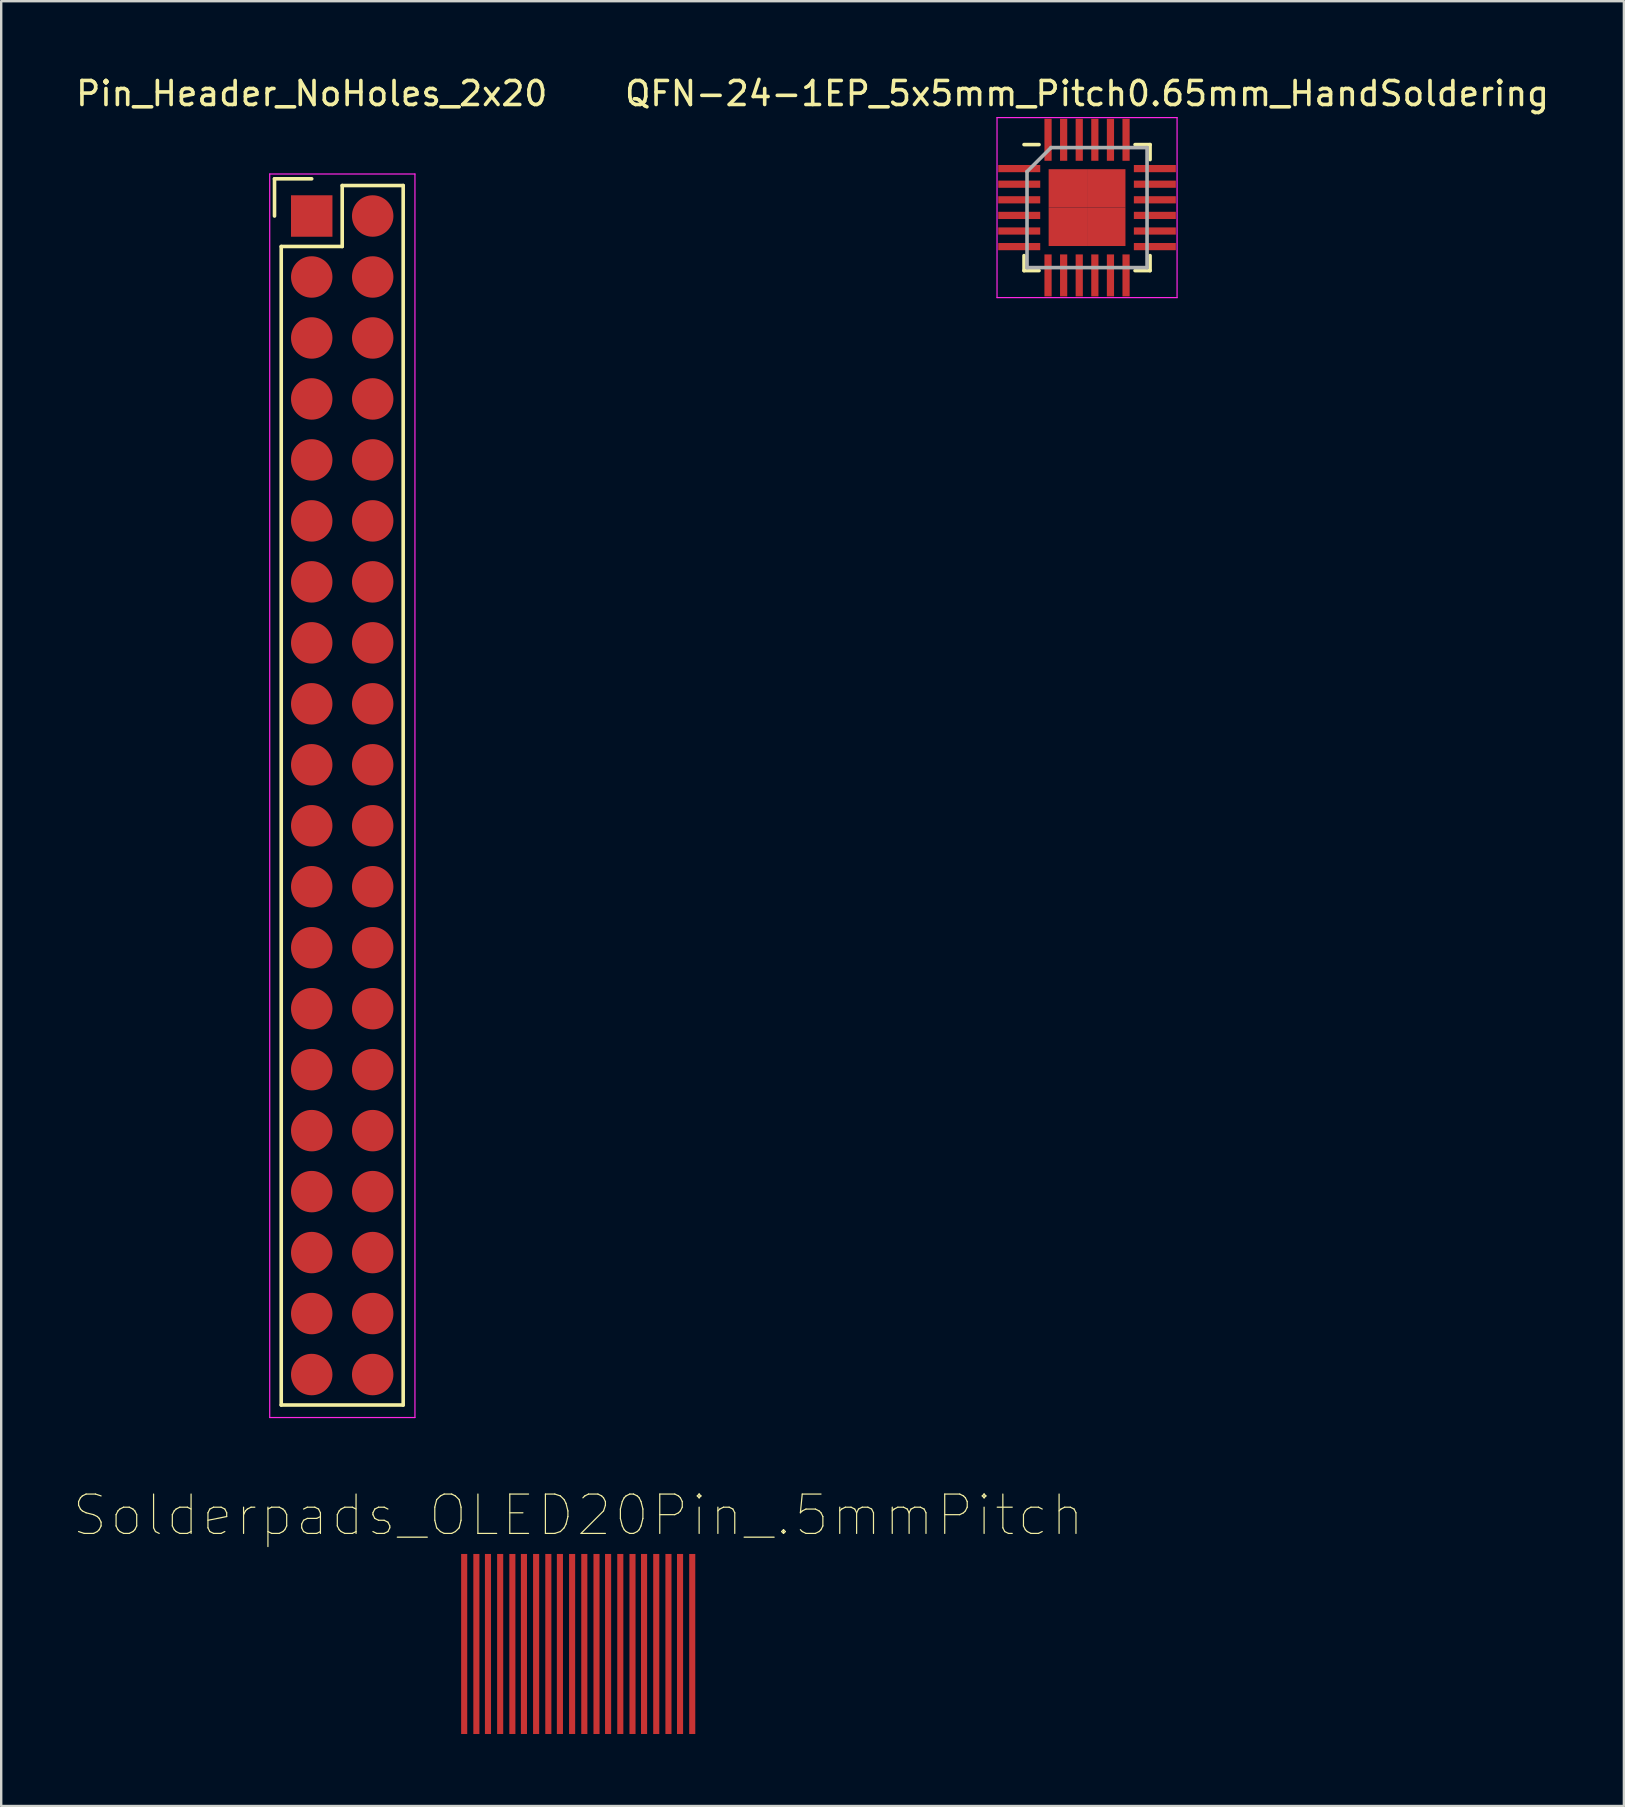
<source format=kicad_pcb>
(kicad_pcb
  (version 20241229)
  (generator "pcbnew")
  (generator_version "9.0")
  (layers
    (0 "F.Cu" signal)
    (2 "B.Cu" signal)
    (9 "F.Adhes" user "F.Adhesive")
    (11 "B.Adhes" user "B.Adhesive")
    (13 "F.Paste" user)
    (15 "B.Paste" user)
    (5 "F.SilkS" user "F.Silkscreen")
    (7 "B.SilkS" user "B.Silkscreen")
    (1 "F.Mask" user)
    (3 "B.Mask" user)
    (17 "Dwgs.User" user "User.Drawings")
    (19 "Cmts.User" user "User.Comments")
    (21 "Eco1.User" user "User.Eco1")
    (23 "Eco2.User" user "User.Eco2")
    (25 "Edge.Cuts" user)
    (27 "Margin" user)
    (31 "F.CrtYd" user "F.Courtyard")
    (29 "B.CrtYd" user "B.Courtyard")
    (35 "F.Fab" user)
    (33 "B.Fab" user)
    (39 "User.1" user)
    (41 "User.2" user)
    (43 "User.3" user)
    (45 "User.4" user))
  (footprint "Pin_Header_NoHoles_2x20"
    (layer "F.Cu")
    (at 9.935 5.948)
    (property "Reference" "Pin_Header_NoHoles_2x20" (at 0 -5.1 0) (layer "F.SilkS") (effects (font (size 1 1) (thickness 0.15))))
    (attr through_hole)
    (fp_line (start -1.55 -1.55) (end -1.55 0) (stroke (width 0.15) (type solid)) (layer "F.SilkS"))
    (fp_line (start -1.27 1.27) (end -1.27 49.53) (stroke (width 0.15) (type solid)) (layer "F.SilkS"))
    (fp_line (start 0 -1.55) (end -1.55 -1.55) (stroke (width 0.15) (type solid)) (layer "F.SilkS"))
    (fp_line (start 1.27 -1.27) (end 1.27 1.27) (stroke (width 0.15) (type solid)) (layer "F.SilkS"))
    (fp_line (start 1.27 1.27) (end -1.27 1.27) (stroke (width 0.15) (type solid)) (layer "F.SilkS"))
    (fp_line (start 3.81 -1.27) (end 1.27 -1.27) (stroke (width 0.15) (type solid)) (layer "F.SilkS"))
    (fp_line (start 3.81 49.53) (end -1.27 49.53) (stroke (width 0.15) (type solid)) (layer "F.SilkS"))
    (fp_line (start 3.81 49.53) (end 3.81 -1.27) (stroke (width 0.15) (type solid)) (layer "F.SilkS"))
    (fp_line (start -1.75 -1.75) (end -1.75 50.05) (stroke (width 0.05) (type solid)) (layer "F.CrtYd"))
    (fp_line (start -1.75 -1.75) (end 4.3 -1.75) (stroke (width 0.05) (type solid)) (layer "F.CrtYd"))
    (fp_line (start -1.75 50.05) (end 4.3 50.05) (stroke (width 0.05) (type solid)) (layer "F.CrtYd"))
    (fp_line (start 4.3 -1.75) (end 4.3 50.05) (stroke (width 0.05) (type solid)) (layer "F.CrtYd"))
    (pad "1" smd rect (at 0 0) (size 1.727 1.727) (layers "F.Cu" "F.Mask" "F.Paste"))
    (pad "2" smd oval (at 2.54 0) (size 1.727 1.727) (layers "F.Cu" "F.Mask" "F.Paste"))
    (pad "3" smd oval (at 0 2.54) (size 1.727 1.727) (layers "F.Cu" "F.Mask" "F.Paste"))
    (pad "4" smd oval (at 2.54 2.54) (size 1.727 1.727) (layers "F.Cu" "F.Mask" "F.Paste"))
    (pad "5" smd oval (at 0 5.08) (size 1.727 1.727) (layers "F.Cu" "F.Mask" "F.Paste"))
    (pad "6" smd oval (at 2.54 5.08) (size 1.727 1.727) (layers "F.Cu" "F.Mask" "F.Paste"))
    (pad "7" smd oval (at 0 7.62) (size 1.727 1.727) (layers "F.Cu" "F.Mask" "F.Paste"))
    (pad "8" smd oval (at 2.54 7.62) (size 1.727 1.727) (layers "F.Cu" "F.Mask" "F.Paste"))
    (pad "9" smd oval (at 0 10.16) (size 1.727 1.727) (layers "F.Cu" "F.Mask" "F.Paste"))
    (pad "10" smd oval (at 2.54 10.16) (size 1.727 1.727) (layers "F.Cu" "F.Mask" "F.Paste"))
    (pad "11" smd oval (at 0 12.7) (size 1.727 1.727) (layers "F.Cu" "F.Mask" "F.Paste"))
    (pad "12" smd oval (at 2.54 12.7) (size 1.727 1.727) (layers "F.Cu" "F.Mask" "F.Paste"))
    (pad "13" smd oval (at 0 15.24) (size 1.727 1.727) (layers "F.Cu" "F.Mask" "F.Paste"))
    (pad "14" smd oval (at 2.54 15.24) (size 1.727 1.727) (layers "F.Cu" "F.Mask" "F.Paste"))
    (pad "15" smd oval (at 0 17.78) (size 1.727 1.727) (layers "F.Cu" "F.Mask" "F.Paste"))
    (pad "16" smd oval (at 2.54 17.78) (size 1.727 1.727) (layers "F.Cu" "F.Mask" "F.Paste"))
    (pad "17" smd oval (at 0 20.32) (size 1.727 1.727) (layers "F.Cu" "F.Mask" "F.Paste"))
    (pad "18" smd oval (at 2.54 20.32) (size 1.727 1.727) (layers "F.Cu" "F.Mask" "F.Paste"))
    (pad "19" smd oval (at 0 22.86) (size 1.727 1.727) (layers "F.Cu" "F.Mask" "F.Paste"))
    (pad "20" smd oval (at 2.54 22.86) (size 1.727 1.727) (layers "F.Cu" "F.Mask" "F.Paste"))
    (pad "21" smd oval (at 0 25.4) (size 1.727 1.727) (layers "F.Cu" "F.Mask" "F.Paste"))
    (pad "22" smd oval (at 2.54 25.4) (size 1.727 1.727) (layers "F.Cu" "F.Mask" "F.Paste"))
    (pad "23" smd oval (at 0 27.94) (size 1.727 1.727) (layers "F.Cu" "F.Mask" "F.Paste"))
    (pad "24" smd oval (at 2.54 27.94) (size 1.727 1.727) (layers "F.Cu" "F.Mask" "F.Paste"))
    (pad "25" smd oval (at 0 30.48) (size 1.727 1.727) (layers "F.Cu" "F.Mask" "F.Paste"))
    (pad "26" smd oval (at 2.54 30.48) (size 1.727 1.727) (layers "F.Cu" "F.Mask" "F.Paste"))
    (pad "27" smd oval (at 0 33.02) (size 1.727 1.727) (layers "F.Cu" "F.Mask" "F.Paste"))
    (pad "28" smd oval (at 2.54 33.02) (size 1.727 1.727) (layers "F.Cu" "F.Mask" "F.Paste"))
    (pad "29" smd oval (at 0 35.56) (size 1.727 1.727) (layers "F.Cu" "F.Mask" "F.Paste"))
    (pad "30" smd oval (at 2.54 35.56) (size 1.727 1.727) (layers "F.Cu" "F.Mask" "F.Paste"))
    (pad "31" smd oval (at 0 38.1) (size 1.727 1.727) (layers "F.Cu" "F.Mask" "F.Paste"))
    (pad "32" smd oval (at 2.54 38.1) (size 1.727 1.727) (layers "F.Cu" "F.Mask" "F.Paste"))
    (pad "33" smd oval (at 0 40.64) (size 1.727 1.727) (layers "F.Cu" "F.Mask" "F.Paste"))
    (pad "34" smd oval (at 2.54 40.64) (size 1.727 1.727) (layers "F.Cu" "F.Mask" "F.Paste"))
    (pad "35" smd oval (at 0 43.18) (size 1.727 1.727) (layers "F.Cu" "F.Mask" "F.Paste"))
    (pad "36" smd oval (at 2.54 43.18) (size 1.727 1.727) (layers "F.Cu" "F.Mask" "F.Paste"))
    (pad "37" smd oval (at 0 45.72) (size 1.727 1.727) (layers "F.Cu" "F.Mask" "F.Paste"))
    (pad "38" smd oval (at 2.54 45.72) (size 1.727 1.727) (layers "F.Cu" "F.Mask" "F.Paste"))
    (pad "39" smd oval (at 0 48.26) (size 1.727 1.727) (layers "F.Cu" "F.Mask" "F.Paste"))
    (pad "40" smd oval (at 2.54 48.26) (size 1.727 1.727) (layers "F.Cu" "F.Mask" "F.Paste")))
  (footprint "Solderpads_OLED20Pin_.5mmPitch"
    (layer "F.Cu")
    (at 21.036 67.87)
    (property "Reference" "Solderpads_OLED20Pin_.5mmPitch" (at 0 -7.8 0) (layer "F.SilkS") (effects (font (size 1.64 1.64) (thickness 0.05))))
    (attr smd)
    (pad "1" smd rect (at 4.75 -2.438 270) (size 7.5 0.254) (layers "F.Cu" "F.Mask" "F.Paste"))
    (pad "2" smd rect (at 4.242 -2.438 270) (size 7.5 0.254) (layers "F.Cu" "F.Mask" "F.Paste"))
    (pad "3" smd rect (at 3.759 -2.438 270) (size 7.5 0.254) (layers "F.Cu" "F.Mask" "F.Paste"))
    (pad "4" smd rect (at 3.251 -2.438 270) (size 7.5 0.254) (layers "F.Cu" "F.Mask" "F.Paste"))
    (pad "5" smd rect (at 2.743 -2.438 270) (size 7.5 0.254) (layers "F.Cu" "F.Mask" "F.Paste"))
    (pad "6" smd rect (at 2.261 -2.438 270) (size 7.5 0.254) (layers "F.Cu" "F.Mask" "F.Paste"))
    (pad "7" smd rect (at 1.753 -2.438 270) (size 7.5 0.254) (layers "F.Cu" "F.Mask" "F.Paste"))
    (pad "8" smd rect (at 1.245 -2.438 270) (size 7.5 0.254) (layers "F.Cu" "F.Mask" "F.Paste"))
    (pad "9" smd rect (at 0.762 -2.438 270) (size 7.5 0.254) (layers "F.Cu" "F.Mask" "F.Paste"))
    (pad "10" smd rect (at 0.254 -2.438 270) (size 7.5 0.254) (layers "F.Cu" "F.Mask" "F.Paste"))
    (pad "11" smd rect (at -0.254 -2.438 270) (size 7.5 0.254) (layers "F.Cu" "F.Mask" "F.Paste"))
    (pad "12" smd rect (at -0.762 -2.438 270) (size 7.5 0.254) (layers "F.Cu" "F.Mask" "F.Paste"))
    (pad "13" smd rect (at -1.245 -2.438 270) (size 7.5 0.254) (layers "F.Cu" "F.Mask" "F.Paste"))
    (pad "14" smd rect (at -1.753 -2.438 270) (size 7.5 0.254) (layers "F.Cu" "F.Mask" "F.Paste"))
    (pad "15" smd rect (at -2.261 -2.438 270) (size 7.5 0.254) (layers "F.Cu" "F.Mask" "F.Paste"))
    (pad "16" smd rect (at -2.743 -2.438 270) (size 7.5 0.254) (layers "F.Cu" "F.Mask" "F.Paste"))
    (pad "17" smd rect (at -3.251 -2.438 270) (size 7.5 0.254) (layers "F.Cu" "F.Mask" "F.Paste"))
    (pad "18" smd rect (at -3.759 -2.438 270) (size 7.5 0.254) (layers "F.Cu" "F.Mask" "F.Paste"))
    (pad "19" smd rect (at -4.242 -2.438 270) (size 7.5 0.254) (layers "F.Cu" "F.Mask" "F.Paste"))
    (pad "20" smd rect (at -4.75 -2.438 270) (size 7.5 0.254) (layers "F.Cu" "F.Mask" "F.Paste")))
  (footprint "QFN-24-1EP_5x5mm_Pitch0.65mm_HandSoldering"
    (layer "F.Cu")
    (at 42.232 5.598)
    (property "Reference" "QFN-24-1EP_5x5mm_Pitch0.65mm_HandSoldering" (at 0 -4.75 0) (layer "F.SilkS") (effects (font (size 1 1) (thickness 0.15))))
    (attr smd)
    (fp_line (start -2.625 -2.625) (end -2 -2.625) (stroke (width 0.15) (type solid)) (layer "F.SilkS"))
    (fp_line (start -2.625 2.625) (end -2.625 2) (stroke (width 0.15) (type solid)) (layer "F.SilkS"))
    (fp_line (start -2.625 2.625) (end -2 2.625) (stroke (width 0.15) (type solid)) (layer "F.SilkS"))
    (fp_line (start 2.625 -2.625) (end 2 -2.625) (stroke (width 0.15) (type solid)) (layer "F.SilkS"))
    (fp_line (start 2.625 -2.625) (end 2.625 -2) (stroke (width 0.15) (type solid)) (layer "F.SilkS"))
    (fp_line (start 2.625 2.625) (end 2 2.625) (stroke (width 0.15) (type solid)) (layer "F.SilkS"))
    (fp_line (start 2.625 2.625) (end 2.625 2) (stroke (width 0.15) (type solid)) (layer "F.SilkS"))
    (fp_line (start -3.75 -3.75) (end -3.75 3.75) (stroke (width 0.05) (type solid)) (layer "F.CrtYd"))
    (fp_line (start -3.75 -3.75) (end 3.75 -3.75) (stroke (width 0.05) (type solid)) (layer "F.CrtYd"))
    (fp_line (start -3.75 3.75) (end 3.75 3.75) (stroke (width 0.05) (type solid)) (layer "F.CrtYd"))
    (fp_line (start 3.75 -3.75) (end 3.75 3.75) (stroke (width 0.05) (type solid)) (layer "F.CrtYd"))
    (fp_line (start -2.5 -1.5) (end -1.5 -2.5) (stroke (width 0.15) (type solid)) (layer "F.Fab"))
    (fp_line (start -2.5 2.5) (end -2.5 -1.5) (stroke (width 0.15) (type solid)) (layer "F.Fab"))
    (fp_line (start -1.5 -2.5) (end 2.5 -2.5) (stroke (width 0.15) (type solid)) (layer "F.Fab"))
    (fp_line (start 2.5 -2.5) (end 2.5 2.5) (stroke (width 0.15) (type solid)) (layer "F.Fab"))
    (fp_line (start 2.5 2.5) (end -2.5 2.5) (stroke (width 0.15) (type solid)) (layer "F.Fab"))
    (pad "1" smd rect (at -2.825 -1.625) (size 1.75 0.3) (layers "F.Cu" "F.Mask" "F.Paste"))
    (pad "2" smd rect (at -2.825 -0.975) (size 1.75 0.3) (layers "F.Cu" "F.Mask" "F.Paste"))
    (pad "3" smd rect (at -2.825 -0.325) (size 1.75 0.3) (layers "F.Cu" "F.Mask" "F.Paste"))
    (pad "4" smd rect (at -2.825 0.325) (size 1.75 0.3) (layers "F.Cu" "F.Mask" "F.Paste"))
    (pad "5" smd rect (at -2.825 0.975) (size 1.75 0.3) (layers "F.Cu" "F.Mask" "F.Paste"))
    (pad "6" smd rect (at -2.825 1.625) (size 1.75 0.3) (layers "F.Cu" "F.Mask" "F.Paste"))
    (pad "7" smd rect (at -1.625 2.825 90) (size 1.75 0.3) (layers "F.Cu" "F.Mask" "F.Paste"))
    (pad "8" smd rect (at -0.975 2.825 90) (size 1.75 0.3) (layers "F.Cu" "F.Mask" "F.Paste"))
    (pad "9" smd rect (at -0.325 2.825 90) (size 1.75 0.3) (layers "F.Cu" "F.Mask" "F.Paste"))
    (pad "10" smd rect (at 0.325 2.825 90) (size 1.75 0.3) (layers "F.Cu" "F.Mask" "F.Paste"))
    (pad "11" smd rect (at 0.975 2.825 90) (size 1.75 0.3) (layers "F.Cu" "F.Mask" "F.Paste"))
    (pad "12" smd rect (at 1.625 2.825 90) (size 1.75 0.3) (layers "F.Cu" "F.Mask" "F.Paste"))
    (pad "13" smd rect (at 2.825 1.625) (size 1.75 0.3) (layers "F.Cu" "F.Mask" "F.Paste"))
    (pad "14" smd rect (at 2.825 0.975) (size 1.75 0.3) (layers "F.Cu" "F.Mask" "F.Paste"))
    (pad "15" smd rect (at 2.825 0.325) (size 1.75 0.3) (layers "F.Cu" "F.Mask" "F.Paste"))
    (pad "16" smd rect (at 2.825 -0.325) (size 1.75 0.3) (layers "F.Cu" "F.Mask" "F.Paste"))
    (pad "17" smd rect (at 2.825 -0.975) (size 1.75 0.3) (layers "F.Cu" "F.Mask" "F.Paste"))
    (pad "18" smd rect (at 2.825 -1.625) (size 1.75 0.3) (layers "F.Cu" "F.Mask" "F.Paste"))
    (pad "19" smd rect (at 1.625 -2.825 90) (size 1.75 0.3) (layers "F.Cu" "F.Mask" "F.Paste"))
    (pad "20" smd rect (at 0.975 -2.825 90) (size 1.75 0.3) (layers "F.Cu" "F.Mask" "F.Paste"))
    (pad "21" smd rect (at 0.325 -2.825 90) (size 1.75 0.3) (layers "F.Cu" "F.Mask" "F.Paste"))
    (pad "22" smd rect (at -0.325 -2.825 90) (size 1.75 0.3) (layers "F.Cu" "F.Mask" "F.Paste"))
    (pad "23" smd rect (at -0.975 -2.825 90) (size 1.75 0.3) (layers "F.Cu" "F.Mask" "F.Paste"))
    (pad "24" smd rect (at -1.625 -2.825 90) (size 1.75 0.3) (layers "F.Cu" "F.Mask" "F.Paste"))
    (pad "25" smd rect (at -0.8 -0.8) (size 1.6 1.6) (layers "F.Cu" "F.Mask" "F.Paste"))
    (pad "25" smd rect (at -0.8 0.8) (size 1.6 1.6) (layers "F.Cu" "F.Mask" "F.Paste"))
    (pad "25" smd rect (at 0.8 -0.8) (size 1.6 1.6) (layers "F.Cu" "F.Mask" "F.Paste"))
    (pad "25" smd rect (at 0.8 0.8) (size 1.6 1.6) (layers "F.Cu" "F.Mask" "F.Paste")))
  (gr_rect
    (start -3 -3)
    (end 64.595 72.182)
    (stroke (width 0.1) (type default))
    (fill no)
    (layer "Edge.Cuts")))
</source>
